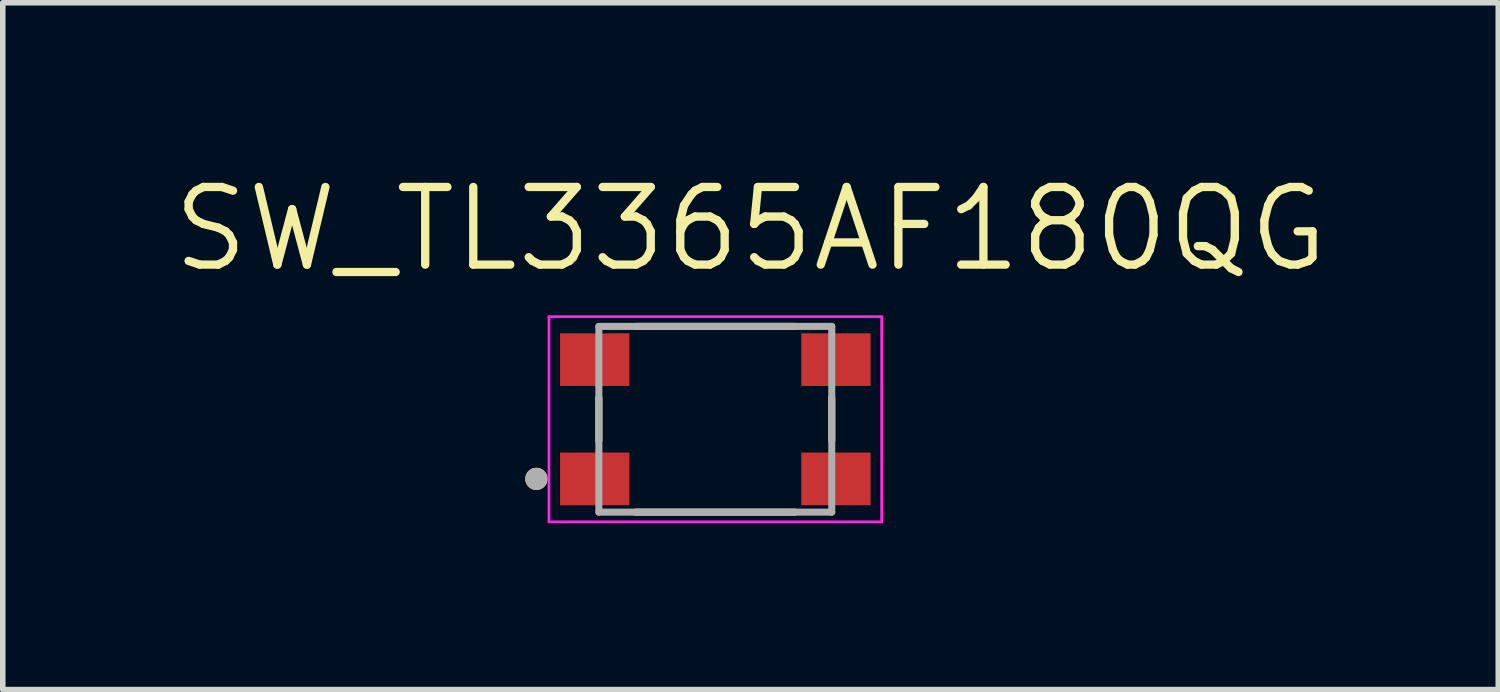
<source format=kicad_pcb>
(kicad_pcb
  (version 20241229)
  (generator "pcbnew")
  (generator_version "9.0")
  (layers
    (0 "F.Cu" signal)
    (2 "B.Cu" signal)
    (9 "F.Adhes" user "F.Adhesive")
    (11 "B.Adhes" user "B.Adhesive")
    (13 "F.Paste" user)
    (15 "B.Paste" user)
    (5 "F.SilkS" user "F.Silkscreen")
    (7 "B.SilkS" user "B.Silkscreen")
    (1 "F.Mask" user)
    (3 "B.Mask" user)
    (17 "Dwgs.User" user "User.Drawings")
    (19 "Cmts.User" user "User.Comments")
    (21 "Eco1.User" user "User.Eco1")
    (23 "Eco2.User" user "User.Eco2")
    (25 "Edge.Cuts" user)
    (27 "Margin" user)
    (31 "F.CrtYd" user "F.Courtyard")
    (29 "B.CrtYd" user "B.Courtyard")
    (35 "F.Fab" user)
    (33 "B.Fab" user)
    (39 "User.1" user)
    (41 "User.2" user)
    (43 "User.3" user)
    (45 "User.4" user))
  (footprint "SW_TL3365AF180QG"
    (layer "F.Cu")
    (at 9.85 4.511)
    (property "Reference" "SW_TL3365AF180QG" (at 0.635 -3.429 0) (layer "F.SilkS") (effects (font (size 1.4 1.4) (thickness 0.15))))
    (attr through_hole)
    (fp_line (start -2.1 -0.387) (end -2.1 0.387) (stroke (width 0.127) (type solid)) (layer "F.SilkS"))
    (fp_line (start -1.437 1.675) (end 1.437 1.675) (stroke (width 0.127) (type solid)) (layer "F.SilkS"))
    (fp_line (start 1.437 -1.675) (end -1.437 -1.675) (stroke (width 0.127) (type solid)) (layer "F.SilkS"))
    (fp_line (start 2.1 0.387) (end 2.1 -0.387) (stroke (width 0.127) (type solid)) (layer "F.SilkS"))
    (fp_circle (center -3.225 1.075) (end -3.125 1.075) (stroke (width 0.2) (type solid)) (fill no) (layer "F.SilkS"))
    (fp_line (start -3 -1.85) (end 3 -1.85) (stroke (width 0.05) (type solid)) (layer "F.CrtYd"))
    (fp_line (start -3 1.85) (end -3 -1.85) (stroke (width 0.05) (type solid)) (layer "F.CrtYd"))
    (fp_line (start 3 -1.85) (end 3 1.85) (stroke (width 0.05) (type solid)) (layer "F.CrtYd"))
    (fp_line (start 3 1.85) (end -3 1.85) (stroke (width 0.05) (type solid)) (layer "F.CrtYd"))
    (fp_line (start -2.1 -1.675) (end 2.1 -1.675) (stroke (width 0.127) (type solid)) (layer "F.Fab"))
    (fp_line (start -2.1 1.675) (end -2.1 -1.675) (stroke (width 0.127) (type solid)) (layer "F.Fab"))
    (fp_line (start 2.1 -1.675) (end 2.1 1.675) (stroke (width 0.127) (type solid)) (layer "F.Fab"))
    (fp_line (start 2.1 1.675) (end -2.1 1.675) (stroke (width 0.127) (type solid)) (layer "F.Fab"))
    (fp_circle (center -3.23 1.075) (end -3.13 1.075) (stroke (width 0.2) (type solid)) (fill no) (layer "F.Fab"))
    (pad "1" smd rect (at -2.175 1.075) (size 1.25 0.95) (layers "F.Cu" "F.Mask" "F.Paste"))
    (pad "1" smd rect (at 2.175 1.075) (size 1.25 0.95) (layers "F.Cu" "F.Mask" "F.Paste"))
    (pad "2" smd rect (at -2.175 -1.075) (size 1.25 0.95) (layers "F.Cu" "F.Mask" "F.Paste"))
    (pad "2" smd rect (at 2.175 -1.075) (size 1.25 0.95) (layers "F.Cu" "F.Mask" "F.Paste")))
  (gr_rect
    (start -3 -3)
    (end 23.97 9.386)
    (stroke (width 0.1) (type default))
    (fill no)
    (layer "Edge.Cuts")))
</source>
